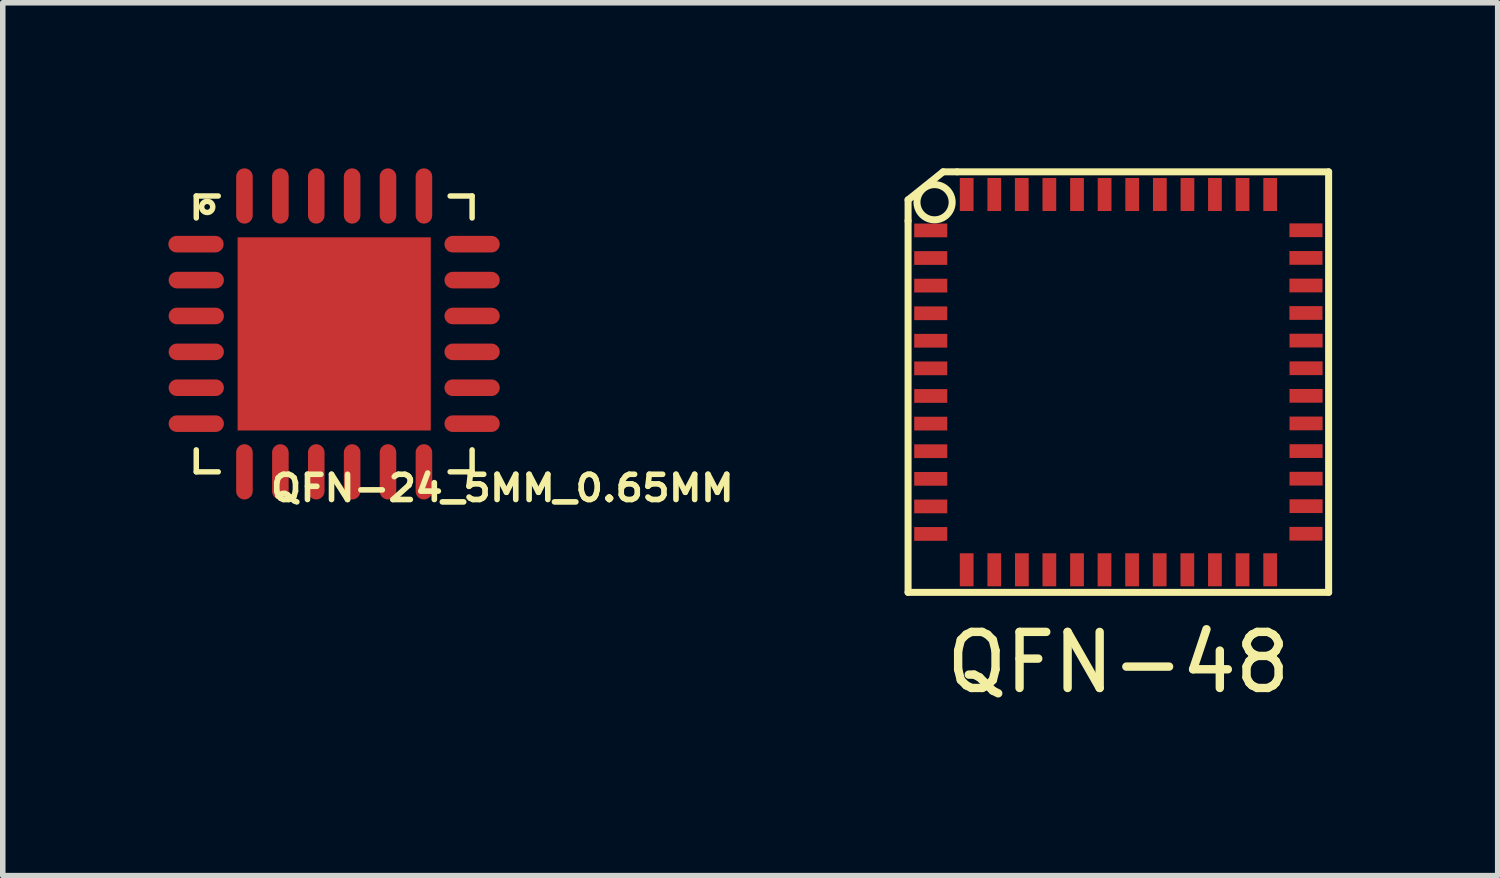
<source format=kicad_pcb>
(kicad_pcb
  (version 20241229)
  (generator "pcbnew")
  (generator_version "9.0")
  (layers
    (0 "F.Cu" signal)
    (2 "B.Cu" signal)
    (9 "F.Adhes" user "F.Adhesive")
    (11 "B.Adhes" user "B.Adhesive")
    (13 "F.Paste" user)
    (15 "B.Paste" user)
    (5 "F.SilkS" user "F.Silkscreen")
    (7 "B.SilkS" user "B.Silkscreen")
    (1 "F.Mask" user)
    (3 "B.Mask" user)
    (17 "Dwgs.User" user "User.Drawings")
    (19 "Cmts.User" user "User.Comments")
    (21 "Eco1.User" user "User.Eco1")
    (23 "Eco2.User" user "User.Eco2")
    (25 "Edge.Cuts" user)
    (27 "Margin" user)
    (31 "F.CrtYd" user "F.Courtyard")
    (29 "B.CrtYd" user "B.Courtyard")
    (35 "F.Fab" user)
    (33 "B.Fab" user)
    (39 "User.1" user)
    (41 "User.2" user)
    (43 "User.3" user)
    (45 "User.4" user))
  (footprint "QFN-48"
    (layer "F.Cu")
    (at 17.213 3.873)
    (property "Reference" "QFN-48" (at 0 5.08 0) (layer "F.SilkS") (effects (font (size 1.016 1.016) (thickness 0.152))))
    (attr smd)
    (fp_line (start -3.81 -3.302) (end -3.81 -2.921) (stroke (width 0.127) (type solid)) (layer "F.SilkS"))
    (fp_line (start -3.81 3.81) (end -3.81 -2.921) (stroke (width 0.127) (type solid)) (layer "F.SilkS"))
    (fp_line (start -3.175 -3.81) (end -3.81 -3.302) (stroke (width 0.127) (type solid)) (layer "F.SilkS"))
    (fp_line (start -2.921 -3.81) (end -3.175 -3.81) (stroke (width 0.127) (type solid)) (layer "F.SilkS"))
    (fp_line (start -2.921 -3.81) (end 3.81 -3.81) (stroke (width 0.127) (type solid)) (layer "F.SilkS"))
    (fp_line (start 3.81 -3.81) (end 3.81 3.81) (stroke (width 0.127) (type solid)) (layer "F.SilkS"))
    (fp_line (start 3.81 3.81) (end -3.81 3.81) (stroke (width 0.127) (type solid)) (layer "F.SilkS"))
    (fp_circle (center -3.33 -3.259) (end -3.432 -3.561) (stroke (width 0.127) (type solid)) (fill no) (layer "F.SilkS"))
    (pad "1" smd rect (at -3.399 -2.748) (size 0.599 0.249) (layers "F.Cu" "F.Mask" "F.Paste"))
    (pad "2" smd rect (at -3.399 -2.248) (size 0.599 0.249) (layers "F.Cu" "F.Mask" "F.Paste"))
    (pad "3" smd rect (at -3.399 -1.748) (size 0.599 0.249) (layers "F.Cu" "F.Mask" "F.Paste"))
    (pad "4" smd rect (at -3.399 -1.247) (size 0.599 0.249) (layers "F.Cu" "F.Mask" "F.Paste"))
    (pad "5" smd rect (at -3.399 -0.749) (size 0.599 0.249) (layers "F.Cu" "F.Mask" "F.Paste"))
    (pad "6" smd rect (at -3.399 -0.249) (size 0.599 0.249) (layers "F.Cu" "F.Mask" "F.Paste"))
    (pad "7" smd rect (at -3.399 0.251) (size 0.599 0.249) (layers "F.Cu" "F.Mask" "F.Paste"))
    (pad "8" smd rect (at -3.399 0.752) (size 0.599 0.249) (layers "F.Cu" "F.Mask" "F.Paste"))
    (pad "9" smd rect (at -3.399 1.252) (size 0.599 0.249) (layers "F.Cu" "F.Mask" "F.Paste"))
    (pad "10" smd rect (at -3.399 1.753) (size 0.599 0.249) (layers "F.Cu" "F.Mask" "F.Paste"))
    (pad "11" smd rect (at -3.399 2.253) (size 0.599 0.249) (layers "F.Cu" "F.Mask" "F.Paste"))
    (pad "12" smd rect (at -3.399 2.751) (size 0.599 0.249) (layers "F.Cu" "F.Mask" "F.Paste"))
    (pad "13" smd rect (at -2.748 3.401) (size 0.249 0.599) (layers "F.Cu" "F.Mask" "F.Paste"))
    (pad "14" smd rect (at -2.248 3.401) (size 0.249 0.599) (layers "F.Cu" "F.Mask" "F.Paste"))
    (pad "15" smd rect (at -1.748 3.401) (size 0.249 0.599) (layers "F.Cu" "F.Mask" "F.Paste"))
    (pad "16" smd rect (at -1.25 3.401) (size 0.249 0.599) (layers "F.Cu" "F.Mask" "F.Paste"))
    (pad "17" smd rect (at -0.749 3.401) (size 0.249 0.599) (layers "F.Cu" "F.Mask" "F.Paste"))
    (pad "18" smd rect (at -0.251 3.401) (size 0.249 0.599) (layers "F.Cu" "F.Mask" "F.Paste"))
    (pad "19" smd rect (at 0.249 3.401) (size 0.249 0.599) (layers "F.Cu" "F.Mask" "F.Paste"))
    (pad "20" smd rect (at 0.749 3.401) (size 0.249 0.599) (layers "F.Cu" "F.Mask" "F.Paste"))
    (pad "21" smd rect (at 1.25 3.401) (size 0.249 0.599) (layers "F.Cu" "F.Mask" "F.Paste"))
    (pad "22" smd rect (at 1.75 3.401) (size 0.249 0.599) (layers "F.Cu" "F.Mask" "F.Paste"))
    (pad "23" smd rect (at 2.25 3.401) (size 0.249 0.599) (layers "F.Cu" "F.Mask" "F.Paste"))
    (pad "24" smd rect (at 2.751 3.401) (size 0.249 0.599) (layers "F.Cu" "F.Mask" "F.Paste"))
    (pad "25" smd rect (at 3.399 2.748) (size 0.599 0.249) (layers "F.Cu" "F.Mask" "F.Paste"))
    (pad "26" smd rect (at 3.401 2.248) (size 0.599 0.249) (layers "F.Cu" "F.Mask" "F.Paste"))
    (pad "27" smd rect (at 3.401 1.75) (size 0.599 0.249) (layers "F.Cu" "F.Mask" "F.Paste"))
    (pad "28" smd rect (at 3.401 1.25) (size 0.599 0.249) (layers "F.Cu" "F.Mask" "F.Paste"))
    (pad "29" smd rect (at 3.401 0.749) (size 0.599 0.249) (layers "F.Cu" "F.Mask" "F.Paste"))
    (pad "30" smd rect (at 3.401 0.249) (size 0.599 0.249) (layers "F.Cu" "F.Mask" "F.Paste"))
    (pad "31" smd rect (at 3.401 -0.251) (size 0.599 0.249) (layers "F.Cu" "F.Mask" "F.Paste"))
    (pad "32" smd rect (at 3.401 -0.752) (size 0.599 0.249) (layers "F.Cu" "F.Mask" "F.Paste"))
    (pad "33" smd rect (at 3.399 -1.252) (size 0.599 0.249) (layers "F.Cu" "F.Mask" "F.Paste"))
    (pad "34" smd rect (at 3.399 -1.75) (size 0.599 0.249) (layers "F.Cu" "F.Mask" "F.Paste"))
    (pad "35" smd rect (at 3.399 -2.25) (size 0.599 0.249) (layers "F.Cu" "F.Mask" "F.Paste"))
    (pad "36" smd rect (at 3.399 -2.751) (size 0.599 0.249) (layers "F.Cu" "F.Mask" "F.Paste"))
    (pad "37" smd rect (at 2.751 -3.399) (size 0.249 0.599) (layers "F.Cu" "F.Mask" "F.Paste"))
    (pad "38" smd rect (at 2.25 -3.399) (size 0.249 0.599) (layers "F.Cu" "F.Mask" "F.Paste"))
    (pad "39" smd rect (at 1.75 -3.399) (size 0.249 0.599) (layers "F.Cu" "F.Mask" "F.Paste"))
    (pad "40" smd rect (at 1.252 -3.399) (size 0.249 0.599) (layers "F.Cu" "F.Mask" "F.Paste"))
    (pad "41" smd rect (at 0.752 -3.399) (size 0.249 0.599) (layers "F.Cu" "F.Mask" "F.Paste"))
    (pad "42" smd rect (at 0.251 -3.399) (size 0.249 0.599) (layers "F.Cu" "F.Mask" "F.Paste"))
    (pad "43" smd rect (at -0.249 -3.399) (size 0.249 0.599) (layers "F.Cu" "F.Mask" "F.Paste"))
    (pad "44" smd rect (at -0.749 -3.399) (size 0.249 0.599) (layers "F.Cu" "F.Mask" "F.Paste"))
    (pad "45" smd rect (at -1.25 -3.399) (size 0.249 0.599) (layers "F.Cu" "F.Mask" "F.Paste"))
    (pad "46" smd rect (at -1.75 -3.399) (size 0.249 0.599) (layers "F.Cu" "F.Mask" "F.Paste"))
    (pad "47" smd rect (at -2.248 -3.399) (size 0.249 0.599) (layers "F.Cu" "F.Mask" "F.Paste"))
    (pad "48" smd rect (at -2.748 -3.399) (size 0.249 0.599) (layers "F.Cu" "F.Mask" "F.Paste")))
  (footprint "QFN-24_5MM_0.65MM"
    (layer "F.Cu")
    (at 3.005 3)
    (property "Reference" "QFN-24_5MM_0.65MM" (at 3.048 2.794 0) (layer "F.SilkS") (effects (font (size 0.457 0.508) (thickness 0.102))))
    (attr through_hole)
    (fp_line (start -2.499 -2.499) (end -2.499 -2.101) (stroke (width 0.099) (type solid)) (layer "F.SilkS"))
    (fp_line (start -2.499 2.101) (end -2.499 2.499) (stroke (width 0.099) (type solid)) (layer "F.SilkS"))
    (fp_line (start -2.499 2.499) (end -2.101 2.499) (stroke (width 0.099) (type solid)) (layer "F.SilkS"))
    (fp_line (start -2.101 -2.499) (end -2.499 -2.499) (stroke (width 0.099) (type solid)) (layer "F.SilkS"))
    (fp_line (start 2.101 2.499) (end 2.499 2.499) (stroke (width 0.099) (type solid)) (layer "F.SilkS"))
    (fp_line (start 2.499 -2.499) (end 2.101 -2.499) (stroke (width 0.099) (type solid)) (layer "F.SilkS"))
    (fp_line (start 2.499 -2.499) (end 2.499 -2.101) (stroke (width 0.099) (type solid)) (layer "F.SilkS"))
    (fp_line (start 2.499 2.101) (end 2.499 2.499) (stroke (width 0.099) (type solid)) (layer "F.SilkS"))
    (fp_circle (center -2.301 -2.301) (end -2.301 -2.2) (stroke (width 0.099) (type solid)) (fill no) (layer "F.SilkS"))
    (pad "1" smd oval (at -2.504 -1.626) (size 1.001 0.3) (layers "F.Cu" "F.Mask" "F.Paste"))
    (pad "2" smd oval (at -2.499 -0.975) (size 1.001 0.3) (layers "F.Cu" "F.Mask" "F.Paste"))
    (pad "3" smd oval (at -2.499 -0.325) (size 1.001 0.3) (layers "F.Cu" "F.Mask" "F.Paste"))
    (pad "4" smd oval (at -2.499 0.325) (size 1.001 0.3) (layers "F.Cu" "F.Mask" "F.Paste"))
    (pad "5" smd oval (at -2.499 0.975) (size 1.001 0.3) (layers "F.Cu" "F.Mask" "F.Paste"))
    (pad "6" smd oval (at -2.499 1.626) (size 1.001 0.3) (layers "F.Cu" "F.Mask" "F.Paste"))
    (pad "7" smd oval (at -1.626 2.499 90) (size 1.001 0.3) (layers "F.Cu" "F.Mask" "F.Paste"))
    (pad "8" smd oval (at -0.975 2.499 90) (size 1.001 0.3) (layers "F.Cu" "F.Mask" "F.Paste"))
    (pad "9" smd oval (at -0.325 2.499 90) (size 1.001 0.3) (layers "F.Cu" "F.Mask" "F.Paste"))
    (pad "10" smd oval (at 0.325 2.499 90) (size 1.001 0.3) (layers "F.Cu" "F.Mask" "F.Paste"))
    (pad "11" smd oval (at 0.975 2.499 90) (size 1.001 0.3) (layers "F.Cu" "F.Mask" "F.Paste"))
    (pad "12" smd oval (at 1.626 2.499 90) (size 1.001 0.3) (layers "F.Cu" "F.Mask" "F.Paste"))
    (pad "13" smd oval (at 2.499 1.626 180) (size 1.001 0.3) (layers "F.Cu" "F.Mask" "F.Paste"))
    (pad "14" smd oval (at 2.499 0.975 180) (size 1.001 0.3) (layers "F.Cu" "F.Mask" "F.Paste"))
    (pad "15" smd oval (at 2.499 0.325 180) (size 1.001 0.3) (layers "F.Cu" "F.Mask" "F.Paste"))
    (pad "16" smd oval (at 2.499 -0.325 180) (size 1.001 0.3) (layers "F.Cu" "F.Mask" "F.Paste"))
    (pad "17" smd oval (at 2.499 -0.975 180) (size 1.001 0.3) (layers "F.Cu" "F.Mask" "F.Paste"))
    (pad "18" smd oval (at 2.499 -1.626 180) (size 1.001 0.3) (layers "F.Cu" "F.Mask" "F.Paste"))
    (pad "19" smd oval (at 1.626 -2.499 270) (size 1.001 0.3) (layers "F.Cu" "F.Mask" "F.Paste"))
    (pad "20" smd oval (at 0.975 -2.499 270) (size 1.001 0.3) (layers "F.Cu" "F.Mask" "F.Paste"))
    (pad "21" smd oval (at 0.325 -2.499 270) (size 1.001 0.3) (layers "F.Cu" "F.Mask" "F.Paste"))
    (pad "22" smd oval (at -0.325 -2.499 270) (size 1.001 0.3) (layers "F.Cu" "F.Mask" "F.Paste"))
    (pad "23" smd oval (at -0.975 -2.499 270) (size 1.001 0.3) (layers "F.Cu" "F.Mask" "F.Paste"))
    (pad "24" smd oval (at -1.626 -2.499 270) (size 1.001 0.3) (layers "F.Cu" "F.Mask" "F.Paste"))
    (pad "25" smd rect (at 0 0 270) (size 3.5 3.5) (layers "F.Cu" "F.Mask" "F.Paste")))
  (gr_rect
    (start -3 -3)
    (end 24.086 12.815)
    (stroke (width 0.1) (type default))
    (fill no)
    (layer "Edge.Cuts")))
</source>
